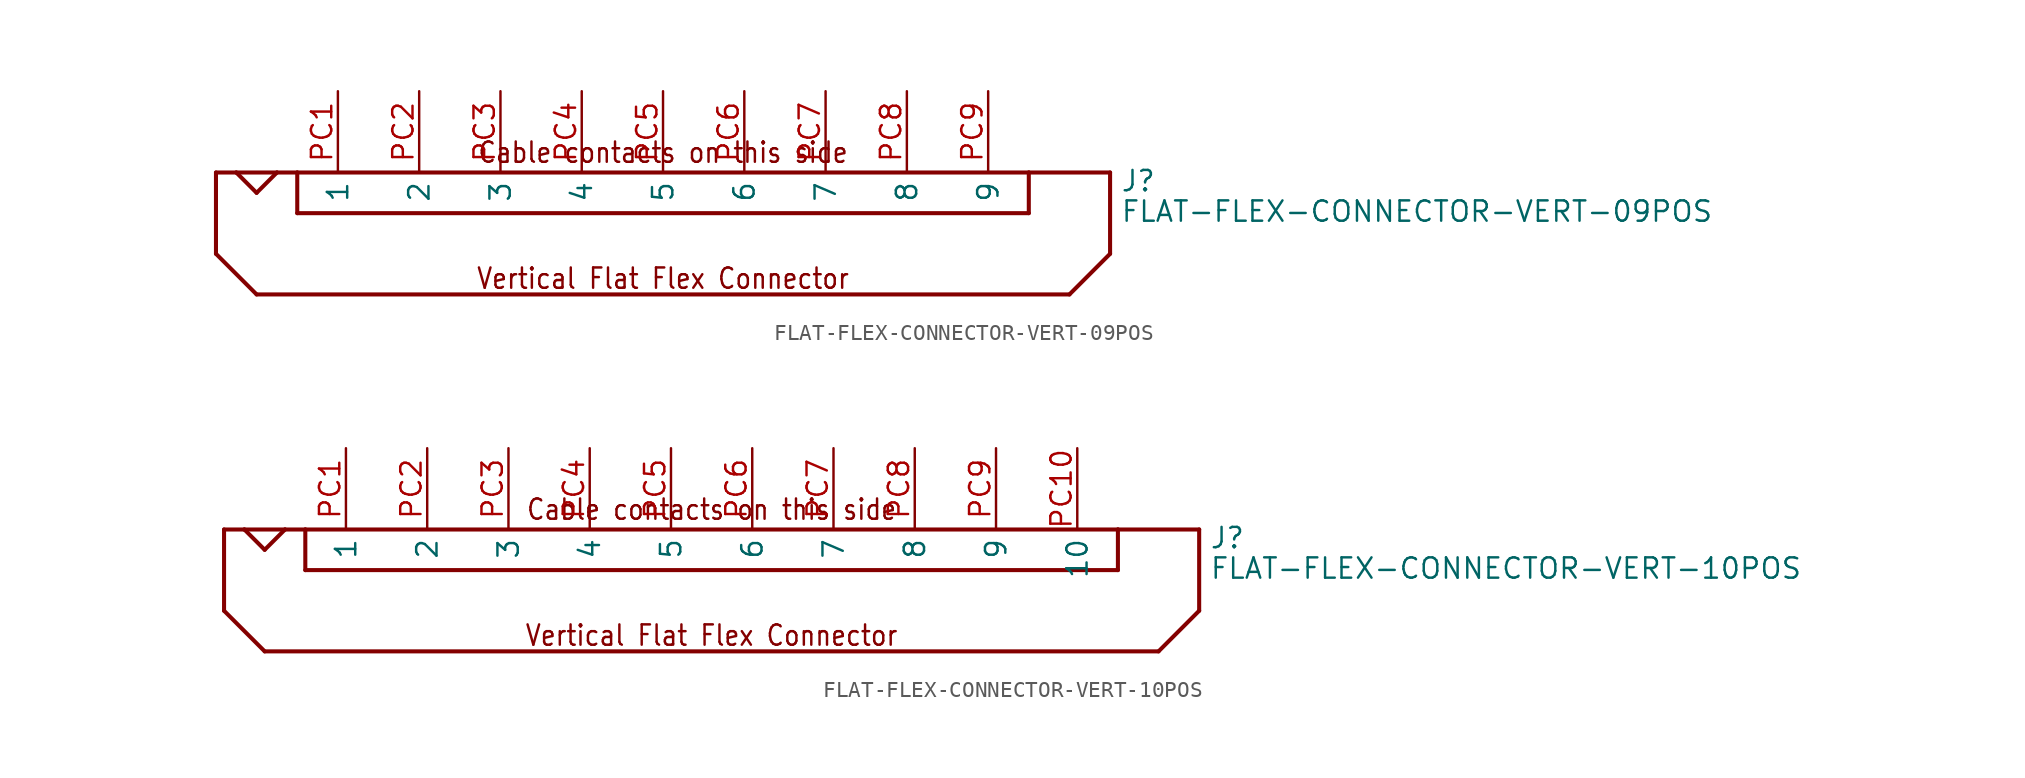
<source format=kicad_sym>
(kicad_symbol_lib
  (version 20211014)
  (generator kicad_symbol_editor)
  (symbol "FLAT-FLEX-CONNECTOR-VERT-09POS"
    (pin_names)
    (property "Reference" "J"
      (at 28.575 1.27 0)
      (effects (font (size 1.27 1.27)) (justify left bottom)))
    (property "Value" "FLAT-FLEX-CONNECTOR-VERT-09POS"
      (at 28.575 -0.635 0)
      (effects (font (size 1.27 1.27)) (justify left bottom)))
    (property "Datasheet" ""
      (at 0 0 0))
    (property "ki_description" "FLAT-FLEX-CONNECTOR-VERT-09POS  - Flat Flex Connector 9 position Vertical Technical Specifications: Number of Positions: 9 Contact: One Side Mount: Vertical "
      (at 0 0 0))
    (property "ki_fp_filters" "FlashPCB_Connectors:FLAT-FLEX-CONNECTOR-MOLEX-52610-VERT-09POS"
      (at 0 0 0))
    (symbol "FLAT-FLEX-CONNECTOR-VERT-09POS_1_1"
      (text "Cable contacts on this side" (at 0 3.048 0) (effects (font (size 1.27 1.086)) (justify bottom)))
      (text "Vertical Flat Flex Connector" (at 0 -4.826 0) (effects (font (size 1.27 1.086)) (justify bottom)))
      (polyline (pts (xy -27.94 2.54) (xy -27.94 -2.54)) (stroke (width 0.254)) (fill (type none)))
      (polyline (pts (xy -27.94 -2.54) (xy -25.4 -5.08)) (stroke (width 0.254)) (fill (type none)))
      (polyline (pts (xy -25.4 -5.08) (xy 25.4 -5.08)) (stroke (width 0.254)) (fill (type none)))
      (polyline (pts (xy 25.4 -5.08) (xy 27.94 -2.54)) (stroke (width 0.254)) (fill (type none)))
      (polyline (pts (xy 27.94 -2.54) (xy 27.94 2.54)) (stroke (width 0.254)) (fill (type none)))
      (polyline (pts (xy 27.94 2.54) (xy 22.86 2.54)) (stroke (width 0.254)) (fill (type none)))
      (polyline (pts (xy 22.86 2.54) (xy 22.86 0)) (stroke (width 0.254)) (fill (type none)))
      (polyline (pts (xy 22.86 0) (xy -22.86 0)) (stroke (width 0.254)) (fill (type none)))
      (polyline (pts (xy -22.86 0) (xy -22.86 2.54)) (stroke (width 0.254)) (fill (type none)))
      (polyline (pts (xy -22.86 2.54) (xy -24.13 2.54)) (stroke (width 0.254)) (fill (type none)))
      (polyline (pts (xy -24.13 2.54) (xy -26.67 2.54)) (stroke (width 0.254)) (fill (type none)))
      (polyline (pts (xy -26.67 2.54) (xy -27.94 2.54)) (stroke (width 0.254)) (fill (type none)))
      (polyline (pts (xy -22.86 2.54) (xy 22.86 2.54)) (stroke (width 0.254)) (fill (type none)))
      (polyline (pts (xy -26.67 2.54) (xy -25.4 1.27)) (stroke (width 0.254)) (fill (type none)))
      (polyline (pts (xy -25.4 1.27) (xy -24.13 2.54)) (stroke (width 0.254)) (fill (type none)))
      (pin bidirectional line (at -20.32 7.62 270) (length 5.08) (name "1" (effects (font (size 1.27 1.27)))) (number "PC1" (effects (font (size 1.27 1.27)))))
      (pin bidirectional line (at -20.32 7.62 270) (length 5.08) hide (name "1" (effects (font (size 1.27 1.27)))) (number "PS1" (effects (font (size 1.27 1.27)))))
      (pin bidirectional line (at -15.24 7.62 270) (length 5.08) (name "2" (effects (font (size 1.27 1.27)))) (number "PC2" (effects (font (size 1.27 1.27)))))
      (pin bidirectional line (at -15.24 7.62 270) (length 5.08) hide (name "2" (effects (font (size 1.27 1.27)))) (number "PS2" (effects (font (size 1.27 1.27)))))
      (pin bidirectional line (at -10.16 7.62 270) (length 5.08) (name "3" (effects (font (size 1.27 1.27)))) (number "PC3" (effects (font (size 1.27 1.27)))))
      (pin bidirectional line (at -10.16 7.62 270) (length 5.08) hide (name "3" (effects (font (size 1.27 1.27)))) (number "PS3" (effects (font (size 1.27 1.27)))))
      (pin bidirectional line (at -5.08 7.62 270) (length 5.08) (name "4" (effects (font (size 1.27 1.27)))) (number "PC4" (effects (font (size 1.27 1.27)))))
      (pin bidirectional line (at -5.08 7.62 270) (length 5.08) hide (name "4" (effects (font (size 1.27 1.27)))) (number "PS4" (effects (font (size 1.27 1.27)))))
      (pin bidirectional line (at 0 7.62 270) (length 5.08) (name "5" (effects (font (size 1.27 1.27)))) (number "PC5" (effects (font (size 1.27 1.27)))))
      (pin bidirectional line (at 0 7.62 270) (length 5.08) hide (name "5" (effects (font (size 1.27 1.27)))) (number "PS5" (effects (font (size 1.27 1.27)))))
      (pin bidirectional line (at 5.08 7.62 270) (length 5.08) (name "6" (effects (font (size 1.27 1.27)))) (number "PC6" (effects (font (size 1.27 1.27)))))
      (pin bidirectional line (at 5.08 7.62 270) (length 5.08) hide (name "6" (effects (font (size 1.27 1.27)))) (number "PS6" (effects (font (size 1.27 1.27)))))
      (pin bidirectional line (at 10.16 7.62 270) (length 5.08) (name "7" (effects (font (size 1.27 1.27)))) (number "PC7" (effects (font (size 1.27 1.27)))))
      (pin bidirectional line (at 10.16 7.62 270) (length 5.08) hide (name "7" (effects (font (size 1.27 1.27)))) (number "PS7" (effects (font (size 1.27 1.27)))))
      (pin bidirectional line (at 15.24 7.62 270) (length 5.08) (name "8" (effects (font (size 1.27 1.27)))) (number "PC8" (effects (font (size 1.27 1.27)))))
      (pin bidirectional line (at 15.24 7.62 270) (length 5.08) hide (name "8" (effects (font (size 1.27 1.27)))) (number "PS8" (effects (font (size 1.27 1.27)))))
      (pin bidirectional line (at 20.32 7.62 270) (length 5.08) (name "9" (effects (font (size 1.27 1.27)))) (number "PC9" (effects (font (size 1.27 1.27)))))
      (pin bidirectional line (at 20.32 7.62 270) (length 5.08) hide (name "9" (effects (font (size 1.27 1.27)))) (number "PS9" (effects (font (size 1.27 1.27)))))))
  (symbol "FLAT-FLEX-CONNECTOR-VERT-10POS"
    (pin_names)
    (property "Reference" "J"
      (at 31.115 1.27 0)
      (effects (font (size 1.27 1.27)) (justify left bottom)))
    (property "Value" "FLAT-FLEX-CONNECTOR-VERT-10POS"
      (at 31.115 -0.635 0)
      (effects (font (size 1.27 1.27)) (justify left bottom)))
    (property "Datasheet" ""
      (at 0 0 0))
    (property "ki_description" "FLAT-FLEX-CONNECTOR-VERT-10POS  - Flat Flex Connector 10 position Vertical Technical Specifications: Number of Positions: 10 Contact: One Side Mount: Vertical "
      (at 0 0 0))
    (property "ki_fp_filters" "FlashPCB_Connectors:FLAT-FLEX-CONNECTOR-MOLEX-52610-VERT-10POS"
      (at 0 0 0))
    (symbol "FLAT-FLEX-CONNECTOR-VERT-10POS_1_1"
      (text "Cable contacts on this side" (at 0 3.048 0) (effects (font (size 1.27 1.086)) (justify bottom)))
      (text "Vertical Flat Flex Connector" (at 0 -4.826 0) (effects (font (size 1.27 1.086)) (justify bottom)))
      (polyline (pts (xy -30.48 2.54) (xy -30.48 -2.54)) (stroke (width 0.254)) (fill (type none)))
      (polyline (pts (xy -30.48 -2.54) (xy -27.94 -5.08)) (stroke (width 0.254)) (fill (type none)))
      (polyline (pts (xy -27.94 -5.08) (xy 27.94 -5.08)) (stroke (width 0.254)) (fill (type none)))
      (polyline (pts (xy 27.94 -5.08) (xy 30.48 -2.54)) (stroke (width 0.254)) (fill (type none)))
      (polyline (pts (xy 30.48 -2.54) (xy 30.48 2.54)) (stroke (width 0.254)) (fill (type none)))
      (polyline (pts (xy 30.48 2.54) (xy 25.4 2.54)) (stroke (width 0.254)) (fill (type none)))
      (polyline (pts (xy 25.4 2.54) (xy 25.4 0)) (stroke (width 0.254)) (fill (type none)))
      (polyline (pts (xy 25.4 0) (xy -25.4 0)) (stroke (width 0.254)) (fill (type none)))
      (polyline (pts (xy -25.4 0) (xy -25.4 2.54)) (stroke (width 0.254)) (fill (type none)))
      (polyline (pts (xy -25.4 2.54) (xy -26.67 2.54)) (stroke (width 0.254)) (fill (type none)))
      (polyline (pts (xy -26.67 2.54) (xy -29.21 2.54)) (stroke (width 0.254)) (fill (type none)))
      (polyline (pts (xy -29.21 2.54) (xy -30.48 2.54)) (stroke (width 0.254)) (fill (type none)))
      (polyline (pts (xy -25.4 2.54) (xy 25.4 2.54)) (stroke (width 0.254)) (fill (type none)))
      (polyline (pts (xy -29.21 2.54) (xy -27.94 1.27)) (stroke (width 0.254)) (fill (type none)))
      (polyline (pts (xy -27.94 1.27) (xy -26.67 2.54)) (stroke (width 0.254)) (fill (type none)))
      (pin bidirectional line (at -22.86 7.62 270) (length 5.08) (name "1" (effects (font (size 1.27 1.27)))) (number "PC1" (effects (font (size 1.27 1.27)))))
      (pin bidirectional line (at -22.86 7.62 270) (length 5.08) hide (name "1" (effects (font (size 1.27 1.27)))) (number "PS1" (effects (font (size 1.27 1.27)))))
      (pin bidirectional line (at -17.78 7.62 270) (length 5.08) (name "2" (effects (font (size 1.27 1.27)))) (number "PC2" (effects (font (size 1.27 1.27)))))
      (pin bidirectional line (at -17.78 7.62 270) (length 5.08) hide (name "2" (effects (font (size 1.27 1.27)))) (number "PS2" (effects (font (size 1.27 1.27)))))
      (pin bidirectional line (at -12.7 7.62 270) (length 5.08) (name "3" (effects (font (size 1.27 1.27)))) (number "PC3" (effects (font (size 1.27 1.27)))))
      (pin bidirectional line (at -12.7 7.62 270) (length 5.08) hide (name "3" (effects (font (size 1.27 1.27)))) (number "PS3" (effects (font (size 1.27 1.27)))))
      (pin bidirectional line (at -7.62 7.62 270) (length 5.08) (name "4" (effects (font (size 1.27 1.27)))) (number "PC4" (effects (font (size 1.27 1.27)))))
      (pin bidirectional line (at -7.62 7.62 270) (length 5.08) hide (name "4" (effects (font (size 1.27 1.27)))) (number "PS4" (effects (font (size 1.27 1.27)))))
      (pin bidirectional line (at -2.54 7.62 270) (length 5.08) (name "5" (effects (font (size 1.27 1.27)))) (number "PC5" (effects (font (size 1.27 1.27)))))
      (pin bidirectional line (at -2.54 7.62 270) (length 5.08) hide (name "5" (effects (font (size 1.27 1.27)))) (number "PS5" (effects (font (size 1.27 1.27)))))
      (pin bidirectional line (at 2.54 7.62 270) (length 5.08) (name "6" (effects (font (size 1.27 1.27)))) (number "PC6" (effects (font (size 1.27 1.27)))))
      (pin bidirectional line (at 2.54 7.62 270) (length 5.08) hide (name "6" (effects (font (size 1.27 1.27)))) (number "PS6" (effects (font (size 1.27 1.27)))))
      (pin bidirectional line (at 7.62 7.62 270) (length 5.08) (name "7" (effects (font (size 1.27 1.27)))) (number "PC7" (effects (font (size 1.27 1.27)))))
      (pin bidirectional line (at 7.62 7.62 270) (length 5.08) hide (name "7" (effects (font (size 1.27 1.27)))) (number "PS7" (effects (font (size 1.27 1.27)))))
      (pin bidirectional line (at 12.7 7.62 270) (length 5.08) (name "8" (effects (font (size 1.27 1.27)))) (number "PC8" (effects (font (size 1.27 1.27)))))
      (pin bidirectional line (at 12.7 7.62 270) (length 5.08) hide (name "8" (effects (font (size 1.27 1.27)))) (number "PS8" (effects (font (size 1.27 1.27)))))
      (pin bidirectional line (at 17.78 7.62 270) (length 5.08) (name "9" (effects (font (size 1.27 1.27)))) (number "PC9" (effects (font (size 1.27 1.27)))))
      (pin bidirectional line (at 17.78 7.62 270) (length 5.08) hide (name "9" (effects (font (size 1.27 1.27)))) (number "PS9" (effects (font (size 1.27 1.27)))))
      (pin bidirectional line (at 22.86 7.62 270) (length 5.08) (name "10" (effects (font (size 1.27 1.27)))) (number "PC10" (effects (font (size 1.27 1.27)))))
      (pin bidirectional line (at 22.86 7.62 270) (length 5.08) hide (name "10" (effects (font (size 1.27 1.27)))) (number "PS10" (effects (font (size 1.27 1.27))))))))
</source>
